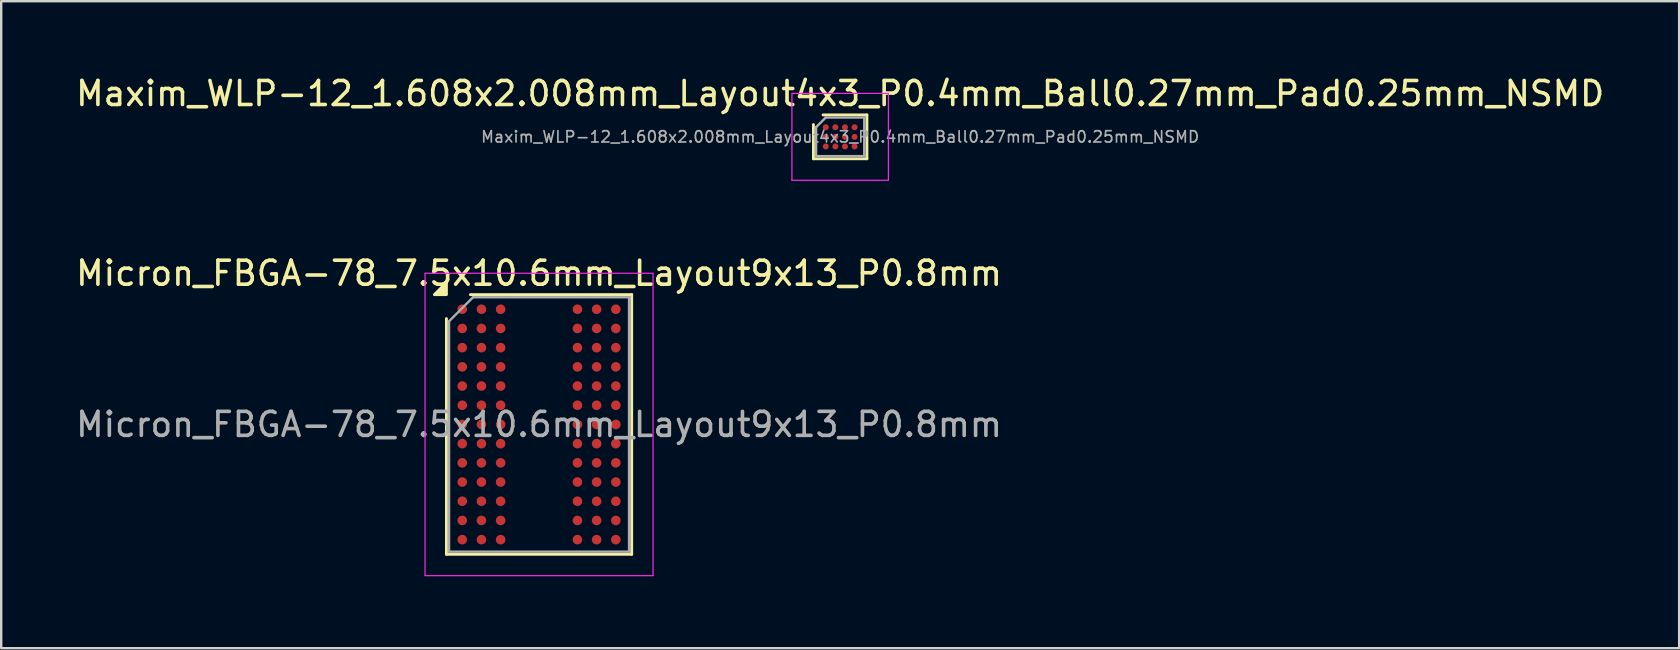
<source format=kicad_pcb>
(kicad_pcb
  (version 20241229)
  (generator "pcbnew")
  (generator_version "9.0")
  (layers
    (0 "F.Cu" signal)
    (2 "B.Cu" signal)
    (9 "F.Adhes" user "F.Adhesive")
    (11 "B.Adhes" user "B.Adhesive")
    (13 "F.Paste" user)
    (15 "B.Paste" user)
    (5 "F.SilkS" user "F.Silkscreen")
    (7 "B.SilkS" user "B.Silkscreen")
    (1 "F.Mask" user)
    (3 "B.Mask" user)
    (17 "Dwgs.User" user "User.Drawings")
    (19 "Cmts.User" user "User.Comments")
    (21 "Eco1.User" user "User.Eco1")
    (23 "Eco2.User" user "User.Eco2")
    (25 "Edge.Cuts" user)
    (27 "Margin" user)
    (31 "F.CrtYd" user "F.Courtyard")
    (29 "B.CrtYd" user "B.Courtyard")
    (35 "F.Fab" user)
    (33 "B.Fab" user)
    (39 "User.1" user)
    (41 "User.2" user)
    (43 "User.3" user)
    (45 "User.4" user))
  (footprint "Micron_FBGA-78_7.5x10.6mm_Layout9x13_P0.8mm"
    (layer "F.Cu")
    (at 19.411 14.636)
    (property "Reference" "Micron_FBGA-78_7.5x10.6mm_Layout9x13_P0.8mm" (at 0 -6.3 0) (layer "F.SilkS") (effects (font (size 1 1) (thickness 0.15))))
    (attr smd)
    (fp_line (start -3.86 5.41) (end -3.86 -4.41) (stroke (width 0.12) (type solid)) (layer "F.SilkS"))
    (fp_line (start -2.86 -5.41) (end 3.86 -5.41) (stroke (width 0.12) (type solid)) (layer "F.SilkS"))
    (fp_line (start 3.86 -5.41) (end 3.86 5.41) (stroke (width 0.12) (type solid)) (layer "F.SilkS"))
    (fp_line (start 3.86 5.41) (end -3.86 5.41) (stroke (width 0.12) (type solid)) (layer "F.SilkS"))
    (fp_poly (pts (xy -3.86 -5.41) (xy -4.36 -5.41) (xy -3.86 -5.91)) (stroke (width 0.12) (type solid)) (fill yes) (layer "F.SilkS"))
    (fp_line (start -4.75 -6.3) (end -4.75 6.3) (stroke (width 0.05) (type solid)) (layer "F.CrtYd"))
    (fp_line (start -4.75 6.3) (end 4.75 6.3) (stroke (width 0.05) (type solid)) (layer "F.CrtYd"))
    (fp_line (start 4.75 -6.3) (end -4.75 -6.3) (stroke (width 0.05) (type solid)) (layer "F.CrtYd"))
    (fp_line (start 4.75 6.3) (end 4.75 -6.3) (stroke (width 0.05) (type solid)) (layer "F.CrtYd"))
    (fp_line (start -3.75 -4.3) (end -2.75 -5.3) (stroke (width 0.1) (type solid)) (layer "F.Fab"))
    (fp_line (start -3.75 5.3) (end -3.75 -4.3) (stroke (width 0.1) (type solid)) (layer "F.Fab"))
    (fp_line (start -2.75 -5.3) (end 3.75 -5.3) (stroke (width 0.1) (type solid)) (layer "F.Fab"))
    (fp_line (start 3.75 -5.3) (end 3.75 5.3) (stroke (width 0.1) (type solid)) (layer "F.Fab"))
    (fp_line (start 3.75 5.3) (end -3.75 5.3) (stroke (width 0.1) (type solid)) (layer "F.Fab"))
    (fp_text user "${REFERENCE}" (at 0 0 0) (layer "F.Fab") (effects (font (size 1 1) (thickness 0.15))))
    (pad "A1" smd circle (at -3.2 -4.8) (size 0.4 0.4) (property pad_prop_bga) (layers "F.Cu" "F.Mask" "F.Paste"))
    (pad "A2" smd circle (at -2.4 -4.8) (size 0.4 0.4) (property pad_prop_bga) (layers "F.Cu" "F.Mask" "F.Paste"))
    (pad "A3" smd circle (at -1.6 -4.8) (size 0.4 0.4) (property pad_prop_bga) (layers "F.Cu" "F.Mask" "F.Paste"))
    (pad "A7" smd circle (at 1.6 -4.8) (size 0.4 0.4) (property pad_prop_bga) (layers "F.Cu" "F.Mask" "F.Paste"))
    (pad "A8" smd circle (at 2.4 -4.8) (size 0.4 0.4) (property pad_prop_bga) (layers "F.Cu" "F.Mask" "F.Paste"))
    (pad "A9" smd circle (at 3.2 -4.8) (size 0.4 0.4) (property pad_prop_bga) (layers "F.Cu" "F.Mask" "F.Paste"))
    (pad "B1" smd circle (at -3.2 -4) (size 0.4 0.4) (property pad_prop_bga) (layers "F.Cu" "F.Mask" "F.Paste"))
    (pad "B2" smd circle (at -2.4 -4) (size 0.4 0.4) (property pad_prop_bga) (layers "F.Cu" "F.Mask" "F.Paste"))
    (pad "B3" smd circle (at -1.6 -4) (size 0.4 0.4) (property pad_prop_bga) (layers "F.Cu" "F.Mask" "F.Paste"))
    (pad "B7" smd circle (at 1.6 -4) (size 0.4 0.4) (property pad_prop_bga) (layers "F.Cu" "F.Mask" "F.Paste"))
    (pad "B8" smd circle (at 2.4 -4) (size 0.4 0.4) (property pad_prop_bga) (layers "F.Cu" "F.Mask" "F.Paste"))
    (pad "B9" smd circle (at 3.2 -4) (size 0.4 0.4) (property pad_prop_bga) (layers "F.Cu" "F.Mask" "F.Paste"))
    (pad "C1" smd circle (at -3.2 -3.2) (size 0.4 0.4) (property pad_prop_bga) (layers "F.Cu" "F.Mask" "F.Paste"))
    (pad "C2" smd circle (at -2.4 -3.2) (size 0.4 0.4) (property pad_prop_bga) (layers "F.Cu" "F.Mask" "F.Paste"))
    (pad "C3" smd circle (at -1.6 -3.2) (size 0.4 0.4) (property pad_prop_bga) (layers "F.Cu" "F.Mask" "F.Paste"))
    (pad "C7" smd circle (at 1.6 -3.2) (size 0.4 0.4) (property pad_prop_bga) (layers "F.Cu" "F.Mask" "F.Paste"))
    (pad "C8" smd circle (at 2.4 -3.2) (size 0.4 0.4) (property pad_prop_bga) (layers "F.Cu" "F.Mask" "F.Paste"))
    (pad "C9" smd circle (at 3.2 -3.2) (size 0.4 0.4) (property pad_prop_bga) (layers "F.Cu" "F.Mask" "F.Paste"))
    (pad "D1" smd circle (at -3.2 -2.4) (size 0.4 0.4) (property pad_prop_bga) (layers "F.Cu" "F.Mask" "F.Paste"))
    (pad "D2" smd circle (at -2.4 -2.4) (size 0.4 0.4) (property pad_prop_bga) (layers "F.Cu" "F.Mask" "F.Paste"))
    (pad "D3" smd circle (at -1.6 -2.4) (size 0.4 0.4) (property pad_prop_bga) (layers "F.Cu" "F.Mask" "F.Paste"))
    (pad "D7" smd circle (at 1.6 -2.4) (size 0.4 0.4) (property pad_prop_bga) (layers "F.Cu" "F.Mask" "F.Paste"))
    (pad "D8" smd circle (at 2.4 -2.4) (size 0.4 0.4) (property pad_prop_bga) (layers "F.Cu" "F.Mask" "F.Paste"))
    (pad "D9" smd circle (at 3.2 -2.4) (size 0.4 0.4) (property pad_prop_bga) (layers "F.Cu" "F.Mask" "F.Paste"))
    (pad "E1" smd circle (at -3.2 -1.6) (size 0.4 0.4) (property pad_prop_bga) (layers "F.Cu" "F.Mask" "F.Paste"))
    (pad "E2" smd circle (at -2.4 -1.6) (size 0.4 0.4) (property pad_prop_bga) (layers "F.Cu" "F.Mask" "F.Paste"))
    (pad "E3" smd circle (at -1.6 -1.6) (size 0.4 0.4) (property pad_prop_bga) (layers "F.Cu" "F.Mask" "F.Paste"))
    (pad "E7" smd circle (at 1.6 -1.6) (size 0.4 0.4) (property pad_prop_bga) (layers "F.Cu" "F.Mask" "F.Paste"))
    (pad "E8" smd circle (at 2.4 -1.6) (size 0.4 0.4) (property pad_prop_bga) (layers "F.Cu" "F.Mask" "F.Paste"))
    (pad "E9" smd circle (at 3.2 -1.6) (size 0.4 0.4) (property pad_prop_bga) (layers "F.Cu" "F.Mask" "F.Paste"))
    (pad "F1" smd circle (at -3.2 -0.8) (size 0.4 0.4) (property pad_prop_bga) (layers "F.Cu" "F.Mask" "F.Paste"))
    (pad "F2" smd circle (at -2.4 -0.8) (size 0.4 0.4) (property pad_prop_bga) (layers "F.Cu" "F.Mask" "F.Paste"))
    (pad "F3" smd circle (at -1.6 -0.8) (size 0.4 0.4) (property pad_prop_bga) (layers "F.Cu" "F.Mask" "F.Paste"))
    (pad "F7" smd circle (at 1.6 -0.8) (size 0.4 0.4) (property pad_prop_bga) (layers "F.Cu" "F.Mask" "F.Paste"))
    (pad "F8" smd circle (at 2.4 -0.8) (size 0.4 0.4) (property pad_prop_bga) (layers "F.Cu" "F.Mask" "F.Paste"))
    (pad "F9" smd circle (at 3.2 -0.8) (size 0.4 0.4) (property pad_prop_bga) (layers "F.Cu" "F.Mask" "F.Paste"))
    (pad "G1" smd circle (at -3.2 0) (size 0.4 0.4) (property pad_prop_bga) (layers "F.Cu" "F.Mask" "F.Paste"))
    (pad "G2" smd circle (at -2.4 0) (size 0.4 0.4) (property pad_prop_bga) (layers "F.Cu" "F.Mask" "F.Paste"))
    (pad "G3" smd circle (at -1.6 0) (size 0.4 0.4) (property pad_prop_bga) (layers "F.Cu" "F.Mask" "F.Paste"))
    (pad "G7" smd circle (at 1.6 0) (size 0.4 0.4) (property pad_prop_bga) (layers "F.Cu" "F.Mask" "F.Paste"))
    (pad "G8" smd circle (at 2.4 0) (size 0.4 0.4) (property pad_prop_bga) (layers "F.Cu" "F.Mask" "F.Paste"))
    (pad "G9" smd circle (at 3.2 0) (size 0.4 0.4) (property pad_prop_bga) (layers "F.Cu" "F.Mask" "F.Paste"))
    (pad "H1" smd circle (at -3.2 0.8) (size 0.4 0.4) (property pad_prop_bga) (layers "F.Cu" "F.Mask" "F.Paste"))
    (pad "H2" smd circle (at -2.4 0.8) (size 0.4 0.4) (property pad_prop_bga) (layers "F.Cu" "F.Mask" "F.Paste"))
    (pad "H3" smd circle (at -1.6 0.8) (size 0.4 0.4) (property pad_prop_bga) (layers "F.Cu" "F.Mask" "F.Paste"))
    (pad "H7" smd circle (at 1.6 0.8) (size 0.4 0.4) (property pad_prop_bga) (layers "F.Cu" "F.Mask" "F.Paste"))
    (pad "H8" smd circle (at 2.4 0.8) (size 0.4 0.4) (property pad_prop_bga) (layers "F.Cu" "F.Mask" "F.Paste"))
    (pad "H9" smd circle (at 3.2 0.8) (size 0.4 0.4) (property pad_prop_bga) (layers "F.Cu" "F.Mask" "F.Paste"))
    (pad "J1" smd circle (at -3.2 1.6) (size 0.4 0.4) (property pad_prop_bga) (layers "F.Cu" "F.Mask" "F.Paste"))
    (pad "J2" smd circle (at -2.4 1.6) (size 0.4 0.4) (property pad_prop_bga) (layers "F.Cu" "F.Mask" "F.Paste"))
    (pad "J3" smd circle (at -1.6 1.6) (size 0.4 0.4) (property pad_prop_bga) (layers "F.Cu" "F.Mask" "F.Paste"))
    (pad "J7" smd circle (at 1.6 1.6) (size 0.4 0.4) (property pad_prop_bga) (layers "F.Cu" "F.Mask" "F.Paste"))
    (pad "J8" smd circle (at 2.4 1.6) (size 0.4 0.4) (property pad_prop_bga) (layers "F.Cu" "F.Mask" "F.Paste"))
    (pad "J9" smd circle (at 3.2 1.6) (size 0.4 0.4) (property pad_prop_bga) (layers "F.Cu" "F.Mask" "F.Paste"))
    (pad "K1" smd circle (at -3.2 2.4) (size 0.4 0.4) (property pad_prop_bga) (layers "F.Cu" "F.Mask" "F.Paste"))
    (pad "K2" smd circle (at -2.4 2.4) (size 0.4 0.4) (property pad_prop_bga) (layers "F.Cu" "F.Mask" "F.Paste"))
    (pad "K3" smd circle (at -1.6 2.4) (size 0.4 0.4) (property pad_prop_bga) (layers "F.Cu" "F.Mask" "F.Paste"))
    (pad "K7" smd circle (at 1.6 2.4) (size 0.4 0.4) (property pad_prop_bga) (layers "F.Cu" "F.Mask" "F.Paste"))
    (pad "K8" smd circle (at 2.4 2.4) (size 0.4 0.4) (property pad_prop_bga) (layers "F.Cu" "F.Mask" "F.Paste"))
    (pad "K9" smd circle (at 3.2 2.4) (size 0.4 0.4) (property pad_prop_bga) (layers "F.Cu" "F.Mask" "F.Paste"))
    (pad "L1" smd circle (at -3.2 3.2) (size 0.4 0.4) (property pad_prop_bga) (layers "F.Cu" "F.Mask" "F.Paste"))
    (pad "L2" smd circle (at -2.4 3.2) (size 0.4 0.4) (property pad_prop_bga) (layers "F.Cu" "F.Mask" "F.Paste"))
    (pad "L3" smd circle (at -1.6 3.2) (size 0.4 0.4) (property pad_prop_bga) (layers "F.Cu" "F.Mask" "F.Paste"))
    (pad "L7" smd circle (at 1.6 3.2) (size 0.4 0.4) (property pad_prop_bga) (layers "F.Cu" "F.Mask" "F.Paste"))
    (pad "L8" smd circle (at 2.4 3.2) (size 0.4 0.4) (property pad_prop_bga) (layers "F.Cu" "F.Mask" "F.Paste"))
    (pad "L9" smd circle (at 3.2 3.2) (size 0.4 0.4) (property pad_prop_bga) (layers "F.Cu" "F.Mask" "F.Paste"))
    (pad "M1" smd circle (at -3.2 4) (size 0.4 0.4) (property pad_prop_bga) (layers "F.Cu" "F.Mask" "F.Paste"))
    (pad "M2" smd circle (at -2.4 4) (size 0.4 0.4) (property pad_prop_bga) (layers "F.Cu" "F.Mask" "F.Paste"))
    (pad "M3" smd circle (at -1.6 4) (size 0.4 0.4) (property pad_prop_bga) (layers "F.Cu" "F.Mask" "F.Paste"))
    (pad "M7" smd circle (at 1.6 4) (size 0.4 0.4) (property pad_prop_bga) (layers "F.Cu" "F.Mask" "F.Paste"))
    (pad "M8" smd circle (at 2.4 4) (size 0.4 0.4) (property pad_prop_bga) (layers "F.Cu" "F.Mask" "F.Paste"))
    (pad "M9" smd circle (at 3.2 4) (size 0.4 0.4) (property pad_prop_bga) (layers "F.Cu" "F.Mask" "F.Paste"))
    (pad "N1" smd circle (at -3.2 4.8) (size 0.4 0.4) (property pad_prop_bga) (layers "F.Cu" "F.Mask" "F.Paste"))
    (pad "N2" smd circle (at -2.4 4.8) (size 0.4 0.4) (property pad_prop_bga) (layers "F.Cu" "F.Mask" "F.Paste"))
    (pad "N3" smd circle (at -1.6 4.8) (size 0.4 0.4) (property pad_prop_bga) (layers "F.Cu" "F.Mask" "F.Paste"))
    (pad "N7" smd circle (at 1.6 4.8) (size 0.4 0.4) (property pad_prop_bga) (layers "F.Cu" "F.Mask" "F.Paste"))
    (pad "N8" smd circle (at 2.4 4.8) (size 0.4 0.4) (property pad_prop_bga) (layers "F.Cu" "F.Mask" "F.Paste"))
    (pad "N9" smd circle (at 3.2 4.8) (size 0.4 0.4) (property pad_prop_bga) (layers "F.Cu" "F.Mask" "F.Paste")))
  (footprint "Maxim_WLP-12_1.608x2.008mm_Layout4x3_P0.4mm_Ball0.27mm_Pad0.25mm_NSMD"
    (layer "F.Cu")
    (at 31.958 2.652)
    (property "Reference" "Maxim_WLP-12_1.608x2.008mm_Layout4x3_P0.4mm_Ball0.27mm_Pad0.25mm_NSMD" (at 0 -1.804 0) (layer "F.SilkS") (effects (font (size 1 1) (thickness 0.15))))
    (attr smd)
    (fp_line (start -1.114 0.914) (end -1.114 -0.512) (stroke (width 0.12) (type solid)) (layer "F.SilkS"))
    (fp_line (start -0.712 -0.914) (end 1.114 -0.914) (stroke (width 0.12) (type solid)) (layer "F.SilkS"))
    (fp_line (start 1.114 -0.914) (end 1.114 0.914) (stroke (width 0.12) (type solid)) (layer "F.SilkS"))
    (fp_line (start 1.114 0.914) (end -1.114 0.914) (stroke (width 0.12) (type solid)) (layer "F.SilkS"))
    (fp_line (start -2.01 -1.81) (end -2.01 1.81) (stroke (width 0.05) (type solid)) (layer "F.CrtYd"))
    (fp_line (start -2.01 1.81) (end 2.01 1.81) (stroke (width 0.05) (type solid)) (layer "F.CrtYd"))
    (fp_line (start 2.01 -1.81) (end -2.01 -1.81) (stroke (width 0.05) (type solid)) (layer "F.CrtYd"))
    (fp_line (start 2.01 1.81) (end 2.01 -1.81) (stroke (width 0.05) (type solid)) (layer "F.CrtYd"))
    (fp_line (start -1.004 -0.402) (end -0.602 -0.804) (stroke (width 0.1) (type solid)) (layer "F.Fab"))
    (fp_line (start -1.004 0.804) (end -1.004 -0.402) (stroke (width 0.1) (type solid)) (layer "F.Fab"))
    (fp_line (start -0.602 -0.804) (end 1.004 -0.804) (stroke (width 0.1) (type solid)) (layer "F.Fab"))
    (fp_line (start 1.004 -0.804) (end 1.004 0.804) (stroke (width 0.1) (type solid)) (layer "F.Fab"))
    (fp_line (start 1.004 0.804) (end -1.004 0.804) (stroke (width 0.1) (type solid)) (layer "F.Fab"))
    (fp_text user "${REFERENCE}" (at 0 0 0) (layer "F.Fab") (effects (font (size 0.47 0.47) (thickness 0.07))))
    (pad "A1" smd circle (at -0.6 -0.4) (size 0.25 0.25) (layers "F.Cu" "F.Mask" "F.Paste"))
    (pad "A2" smd circle (at -0.2 -0.4) (size 0.25 0.25) (layers "F.Cu" "F.Mask" "F.Paste"))
    (pad "A3" smd circle (at 0.2 -0.4) (size 0.25 0.25) (layers "F.Cu" "F.Mask" "F.Paste"))
    (pad "A4" smd circle (at 0.6 -0.4) (size 0.25 0.25) (layers "F.Cu" "F.Mask" "F.Paste"))
    (pad "B1" smd circle (at -0.6 0) (size 0.25 0.25) (layers "F.Cu" "F.Mask" "F.Paste"))
    (pad "B2" smd circle (at -0.2 0) (size 0.25 0.25) (layers "F.Cu" "F.Mask" "F.Paste"))
    (pad "B3" smd circle (at 0.2 0) (size 0.25 0.25) (layers "F.Cu" "F.Mask" "F.Paste"))
    (pad "B4" smd circle (at 0.6 0) (size 0.25 0.25) (layers "F.Cu" "F.Mask" "F.Paste"))
    (pad "C1" smd circle (at -0.6 0.4) (size 0.25 0.25) (layers "F.Cu" "F.Mask" "F.Paste"))
    (pad "C2" smd circle (at -0.2 0.4) (size 0.25 0.25) (layers "F.Cu" "F.Mask" "F.Paste"))
    (pad "C3" smd circle (at 0.2 0.4) (size 0.25 0.25) (layers "F.Cu" "F.Mask" "F.Paste"))
    (pad "C4" smd circle (at 0.6 0.4) (size 0.25 0.25) (layers "F.Cu" "F.Mask" "F.Paste")))
  (gr_rect
    (start -3 -3)
    (end 66.917 23.96)
    (stroke (width 0.1) (type default))
    (fill no)
    (layer "Edge.Cuts")))
</source>
